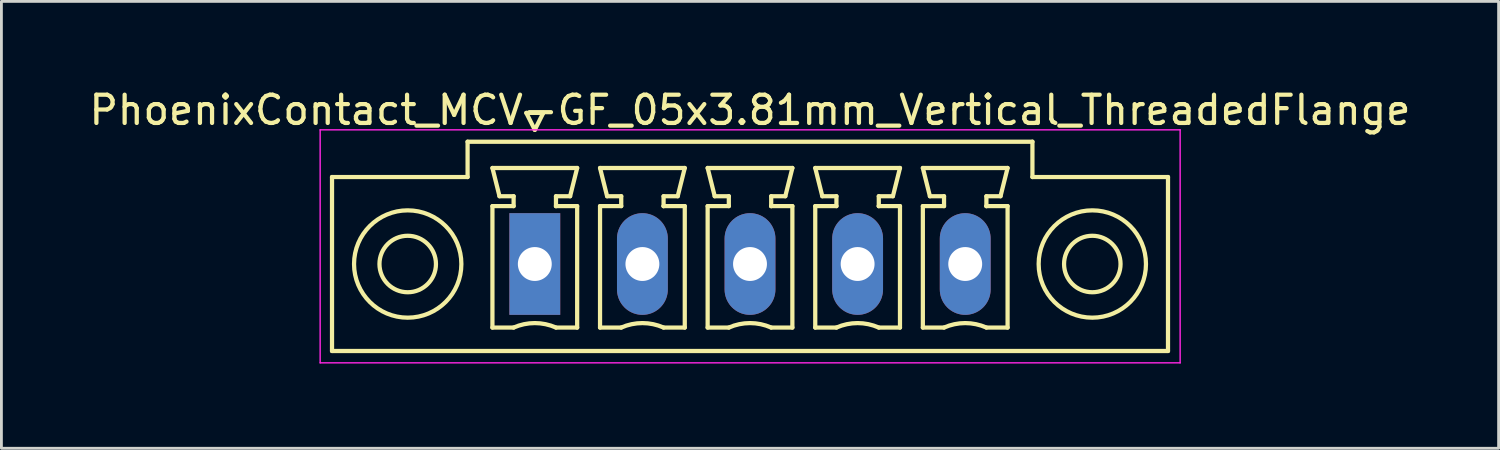
<source format=kicad_pcb>
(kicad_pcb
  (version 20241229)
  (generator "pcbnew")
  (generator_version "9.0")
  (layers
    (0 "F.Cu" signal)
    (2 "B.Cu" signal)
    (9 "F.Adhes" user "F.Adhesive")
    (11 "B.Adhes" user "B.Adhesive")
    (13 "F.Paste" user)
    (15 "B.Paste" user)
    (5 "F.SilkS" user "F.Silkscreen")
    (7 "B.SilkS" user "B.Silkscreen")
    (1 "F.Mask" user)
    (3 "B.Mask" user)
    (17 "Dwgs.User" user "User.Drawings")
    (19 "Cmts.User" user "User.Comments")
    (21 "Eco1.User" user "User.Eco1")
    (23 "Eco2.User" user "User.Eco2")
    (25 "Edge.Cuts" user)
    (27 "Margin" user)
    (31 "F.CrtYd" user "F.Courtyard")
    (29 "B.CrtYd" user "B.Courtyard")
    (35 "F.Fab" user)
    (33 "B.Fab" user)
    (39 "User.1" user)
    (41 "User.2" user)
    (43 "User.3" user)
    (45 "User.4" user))
  (footprint "PhoenixContact_MCV-GF_05x3.81mm_Vertical_ThreadedFlange"
    (layer "F.Cu")
    (at 15.886 6.298)
    (property "Reference" "PhoenixContact_MCV-GF_05x3.81mm_Vertical_ThreadedFlange" (at 7.62 -5.45 0) (layer "F.SilkS") (effects (font (size 1 1) (thickness 0.15))))
    (attr through_hole)
    (fp_line (start -7.18 -3.08) (end -7.18 3.08) (stroke (width 0.15) (type solid)) (layer "F.SilkS"))
    (fp_line (start -7.18 3.08) (end 22.42 3.08) (stroke (width 0.15) (type solid)) (layer "F.SilkS"))
    (fp_line (start -2.38 -4.33) (end -2.38 -3.08) (stroke (width 0.15) (type solid)) (layer "F.SilkS"))
    (fp_line (start -2.38 -3.08) (end -7.18 -3.08) (stroke (width 0.15) (type solid)) (layer "F.SilkS"))
    (fp_line (start -1.5 -3.4) (end 1.5 -3.4) (stroke (width 0.15) (type solid)) (layer "F.SilkS"))
    (fp_line (start -1.5 -2.05) (end -0.75 -2.05) (stroke (width 0.15) (type solid)) (layer "F.SilkS"))
    (fp_line (start -1.5 2.25) (end -1.5 -2.05) (stroke (width 0.15) (type solid)) (layer "F.SilkS"))
    (fp_line (start -1.25 -2.4) (end -1.5 -3.4) (stroke (width 0.15) (type solid)) (layer "F.SilkS"))
    (fp_line (start -0.75 -2.4) (end -1.25 -2.4) (stroke (width 0.15) (type solid)) (layer "F.SilkS"))
    (fp_line (start -0.75 -2.05) (end -0.75 -2.4) (stroke (width 0.15) (type solid)) (layer "F.SilkS"))
    (fp_line (start -0.75 2.25) (end -1.5 2.25) (stroke (width 0.15) (type solid)) (layer "F.SilkS"))
    (fp_line (start -0.3 -5.35) (end 0 -4.75) (stroke (width 0.15) (type solid)) (layer "F.SilkS"))
    (fp_line (start 0 -4.75) (end 0.3 -5.35) (stroke (width 0.15) (type solid)) (layer "F.SilkS"))
    (fp_line (start 0.3 -5.35) (end -0.3 -5.35) (stroke (width 0.15) (type solid)) (layer "F.SilkS"))
    (fp_line (start 0.75 -2.4) (end 0.75 -2.05) (stroke (width 0.15) (type solid)) (layer "F.SilkS"))
    (fp_line (start 0.75 -2.05) (end 0.75 -2.05) (stroke (width 0.15) (type solid)) (layer "F.SilkS"))
    (fp_line (start 0.75 -2.05) (end 1.5 -2.05) (stroke (width 0.15) (type solid)) (layer "F.SilkS"))
    (fp_line (start 1.25 -2.4) (end 0.75 -2.4) (stroke (width 0.15) (type solid)) (layer "F.SilkS"))
    (fp_line (start 1.5 -3.4) (end 1.25 -2.4) (stroke (width 0.15) (type solid)) (layer "F.SilkS"))
    (fp_line (start 1.5 -2.05) (end 1.5 2.25) (stroke (width 0.15) (type solid)) (layer "F.SilkS"))
    (fp_line (start 1.5 2.25) (end 0.75 2.25) (stroke (width 0.15) (type solid)) (layer "F.SilkS"))
    (fp_line (start 2.31 -3.4) (end 5.31 -3.4) (stroke (width 0.15) (type solid)) (layer "F.SilkS"))
    (fp_line (start 2.31 -2.05) (end 3.06 -2.05) (stroke (width 0.15) (type solid)) (layer "F.SilkS"))
    (fp_line (start 2.31 2.25) (end 2.31 -2.05) (stroke (width 0.15) (type solid)) (layer "F.SilkS"))
    (fp_line (start 2.56 -2.4) (end 2.31 -3.4) (stroke (width 0.15) (type solid)) (layer "F.SilkS"))
    (fp_line (start 3.06 -2.4) (end 2.56 -2.4) (stroke (width 0.15) (type solid)) (layer "F.SilkS"))
    (fp_line (start 3.06 -2.05) (end 3.06 -2.4) (stroke (width 0.15) (type solid)) (layer "F.SilkS"))
    (fp_line (start 3.06 2.25) (end 2.31 2.25) (stroke (width 0.15) (type solid)) (layer "F.SilkS"))
    (fp_line (start 4.56 -2.4) (end 4.56 -2.05) (stroke (width 0.15) (type solid)) (layer "F.SilkS"))
    (fp_line (start 4.56 -2.05) (end 4.56 -2.05) (stroke (width 0.15) (type solid)) (layer "F.SilkS"))
    (fp_line (start 4.56 -2.05) (end 5.31 -2.05) (stroke (width 0.15) (type solid)) (layer "F.SilkS"))
    (fp_line (start 5.06 -2.4) (end 4.56 -2.4) (stroke (width 0.15) (type solid)) (layer "F.SilkS"))
    (fp_line (start 5.31 -3.4) (end 5.06 -2.4) (stroke (width 0.15) (type solid)) (layer "F.SilkS"))
    (fp_line (start 5.31 -2.05) (end 5.31 2.25) (stroke (width 0.15) (type solid)) (layer "F.SilkS"))
    (fp_line (start 5.31 2.25) (end 4.56 2.25) (stroke (width 0.15) (type solid)) (layer "F.SilkS"))
    (fp_line (start 6.12 -3.4) (end 9.12 -3.4) (stroke (width 0.15) (type solid)) (layer "F.SilkS"))
    (fp_line (start 6.12 -2.05) (end 6.87 -2.05) (stroke (width 0.15) (type solid)) (layer "F.SilkS"))
    (fp_line (start 6.12 2.25) (end 6.12 -2.05) (stroke (width 0.15) (type solid)) (layer "F.SilkS"))
    (fp_line (start 6.37 -2.4) (end 6.12 -3.4) (stroke (width 0.15) (type solid)) (layer "F.SilkS"))
    (fp_line (start 6.87 -2.4) (end 6.37 -2.4) (stroke (width 0.15) (type solid)) (layer "F.SilkS"))
    (fp_line (start 6.87 -2.05) (end 6.87 -2.4) (stroke (width 0.15) (type solid)) (layer "F.SilkS"))
    (fp_line (start 6.87 2.25) (end 6.12 2.25) (stroke (width 0.15) (type solid)) (layer "F.SilkS"))
    (fp_line (start 8.37 -2.4) (end 8.37 -2.05) (stroke (width 0.15) (type solid)) (layer "F.SilkS"))
    (fp_line (start 8.37 -2.05) (end 8.37 -2.05) (stroke (width 0.15) (type solid)) (layer "F.SilkS"))
    (fp_line (start 8.37 -2.05) (end 9.12 -2.05) (stroke (width 0.15) (type solid)) (layer "F.SilkS"))
    (fp_line (start 8.87 -2.4) (end 8.37 -2.4) (stroke (width 0.15) (type solid)) (layer "F.SilkS"))
    (fp_line (start 9.12 -3.4) (end 8.87 -2.4) (stroke (width 0.15) (type solid)) (layer "F.SilkS"))
    (fp_line (start 9.12 -2.05) (end 9.12 2.25) (stroke (width 0.15) (type solid)) (layer "F.SilkS"))
    (fp_line (start 9.12 2.25) (end 8.37 2.25) (stroke (width 0.15) (type solid)) (layer "F.SilkS"))
    (fp_line (start 9.93 -3.4) (end 12.93 -3.4) (stroke (width 0.15) (type solid)) (layer "F.SilkS"))
    (fp_line (start 9.93 -2.05) (end 10.68 -2.05) (stroke (width 0.15) (type solid)) (layer "F.SilkS"))
    (fp_line (start 9.93 2.25) (end 9.93 -2.05) (stroke (width 0.15) (type solid)) (layer "F.SilkS"))
    (fp_line (start 10.18 -2.4) (end 9.93 -3.4) (stroke (width 0.15) (type solid)) (layer "F.SilkS"))
    (fp_line (start 10.68 -2.4) (end 10.18 -2.4) (stroke (width 0.15) (type solid)) (layer "F.SilkS"))
    (fp_line (start 10.68 -2.05) (end 10.68 -2.4) (stroke (width 0.15) (type solid)) (layer "F.SilkS"))
    (fp_line (start 10.68 2.25) (end 9.93 2.25) (stroke (width 0.15) (type solid)) (layer "F.SilkS"))
    (fp_line (start 12.18 -2.4) (end 12.18 -2.05) (stroke (width 0.15) (type solid)) (layer "F.SilkS"))
    (fp_line (start 12.18 -2.05) (end 12.18 -2.05) (stroke (width 0.15) (type solid)) (layer "F.SilkS"))
    (fp_line (start 12.18 -2.05) (end 12.93 -2.05) (stroke (width 0.15) (type solid)) (layer "F.SilkS"))
    (fp_line (start 12.68 -2.4) (end 12.18 -2.4) (stroke (width 0.15) (type solid)) (layer "F.SilkS"))
    (fp_line (start 12.93 -3.4) (end 12.68 -2.4) (stroke (width 0.15) (type solid)) (layer "F.SilkS"))
    (fp_line (start 12.93 -2.05) (end 12.93 2.25) (stroke (width 0.15) (type solid)) (layer "F.SilkS"))
    (fp_line (start 12.93 2.25) (end 12.18 2.25) (stroke (width 0.15) (type solid)) (layer "F.SilkS"))
    (fp_line (start 13.74 -3.4) (end 16.74 -3.4) (stroke (width 0.15) (type solid)) (layer "F.SilkS"))
    (fp_line (start 13.74 -2.05) (end 14.49 -2.05) (stroke (width 0.15) (type solid)) (layer "F.SilkS"))
    (fp_line (start 13.74 2.25) (end 13.74 -2.05) (stroke (width 0.15) (type solid)) (layer "F.SilkS"))
    (fp_line (start 13.99 -2.4) (end 13.74 -3.4) (stroke (width 0.15) (type solid)) (layer "F.SilkS"))
    (fp_line (start 14.49 -2.4) (end 13.99 -2.4) (stroke (width 0.15) (type solid)) (layer "F.SilkS"))
    (fp_line (start 14.49 -2.05) (end 14.49 -2.4) (stroke (width 0.15) (type solid)) (layer "F.SilkS"))
    (fp_line (start 14.49 2.25) (end 13.74 2.25) (stroke (width 0.15) (type solid)) (layer "F.SilkS"))
    (fp_line (start 15.99 -2.4) (end 15.99 -2.05) (stroke (width 0.15) (type solid)) (layer "F.SilkS"))
    (fp_line (start 15.99 -2.05) (end 15.99 -2.05) (stroke (width 0.15) (type solid)) (layer "F.SilkS"))
    (fp_line (start 15.99 -2.05) (end 16.74 -2.05) (stroke (width 0.15) (type solid)) (layer "F.SilkS"))
    (fp_line (start 16.49 -2.4) (end 15.99 -2.4) (stroke (width 0.15) (type solid)) (layer "F.SilkS"))
    (fp_line (start 16.74 -3.4) (end 16.49 -2.4) (stroke (width 0.15) (type solid)) (layer "F.SilkS"))
    (fp_line (start 16.74 -2.05) (end 16.74 2.25) (stroke (width 0.15) (type solid)) (layer "F.SilkS"))
    (fp_line (start 16.74 2.25) (end 15.99 2.25) (stroke (width 0.15) (type solid)) (layer "F.SilkS"))
    (fp_line (start 17.62 -4.33) (end -2.38 -4.33) (stroke (width 0.15) (type solid)) (layer "F.SilkS"))
    (fp_line (start 17.62 -3.08) (end 17.62 -4.33) (stroke (width 0.15) (type solid)) (layer "F.SilkS"))
    (fp_line (start 22.42 -3.08) (end 17.62 -3.08) (stroke (width 0.15) (type solid)) (layer "F.SilkS"))
    (fp_line (start 22.42 3.08) (end 22.42 -3.08) (stroke (width 0.15) (type solid)) (layer "F.SilkS"))
    (fp_arc (start -0.75 2.25) (mid -0.000193 2.09191) (end 0.749647 2.249844) (stroke (width 0.15) (type solid)) (layer "F.SilkS"))
    (fp_arc (start 3.06 2.25) (mid 3.809807 2.09191) (end 4.559647 2.249844) (stroke (width 0.15) (type solid)) (layer "F.SilkS"))
    (fp_arc (start 6.87 2.25) (mid 7.619807 2.09191) (end 8.369647 2.249844) (stroke (width 0.15) (type solid)) (layer "F.SilkS"))
    (fp_arc (start 10.68 2.25) (mid 11.429807 2.09191) (end 12.179647 2.249844) (stroke (width 0.15) (type solid)) (layer "F.SilkS"))
    (fp_arc (start 14.49 2.25) (mid 15.239807 2.09191) (end 15.989647 2.249844) (stroke (width 0.15) (type solid)) (layer "F.SilkS"))
    (fp_circle (center -4.5 0) (end -3.5 0) (stroke (width 0.15) (type solid)) (fill no) (layer "F.SilkS"))
    (fp_circle (center -4.5 0) (end -2.6 0) (stroke (width 0.15) (type solid)) (fill no) (layer "F.SilkS"))
    (fp_circle (center 19.74 0) (end 20.74 0) (stroke (width 0.15) (type solid)) (fill no) (layer "F.SilkS"))
    (fp_circle (center 19.74 0) (end 21.64 0) (stroke (width 0.15) (type solid)) (fill no) (layer "F.SilkS"))
    (fp_line (start -7.6 -4.75) (end -7.6 3.5) (stroke (width 0.05) (type solid)) (layer "F.CrtYd"))
    (fp_line (start -7.6 3.5) (end 22.85 3.5) (stroke (width 0.05) (type solid)) (layer "F.CrtYd"))
    (fp_line (start 22.85 -4.75) (end -7.6 -4.75) (stroke (width 0.05) (type solid)) (layer "F.CrtYd"))
    (fp_line (start 22.85 3.5) (end 22.85 -4.75) (stroke (width 0.05) (type solid)) (layer "F.CrtYd"))
    (pad "1" thru_hole rect (at 0 0) (size 1.8 3.6) (drill 1.2) (layers "*.Cu" "*.Mask"))
    (pad "2" thru_hole oval (at 3.81 0) (size 1.8 3.6) (drill 1.2) (layers "*.Cu" "*.Mask"))
    (pad "3" thru_hole oval (at 7.62 0) (size 1.8 3.6) (drill 1.2) (layers "*.Cu" "*.Mask"))
    (pad "4" thru_hole oval (at 11.43 0) (size 1.8 3.6) (drill 1.2) (layers "*.Cu" "*.Mask"))
    (pad "5" thru_hole oval (at 15.24 0) (size 1.8 3.6) (drill 1.2) (layers "*.Cu" "*.Mask")))
  (gr_rect
    (start -3 -3)
    (end 50.012 12.823)
    (stroke (width 0.1) (type default))
    (fill no)
    (layer "Edge.Cuts")))
</source>
